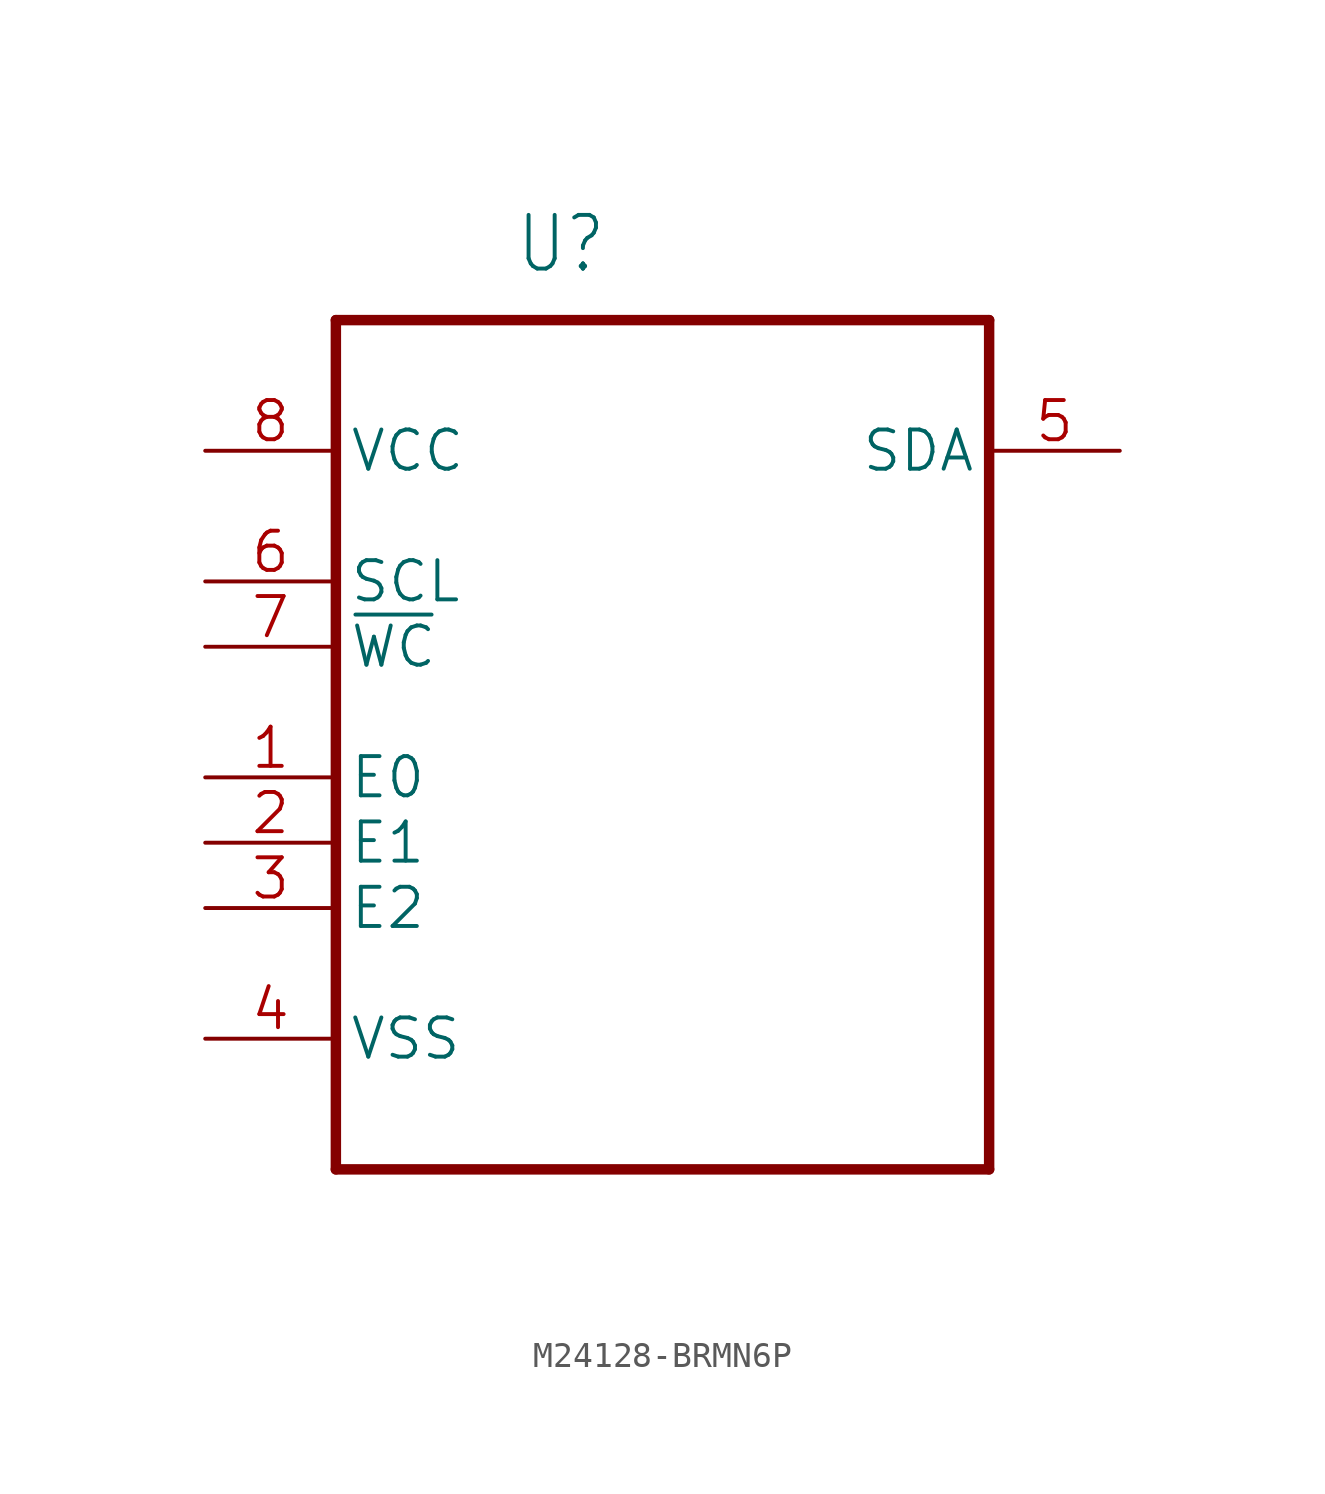
<source format=kicad_sym>
(kicad_symbol_lib
  (version 20241209)
  (generator "kicad_symbol_editor")
  (generator_version "9.0")
  (symbol "M24128-BRMN6P"
    (property "Reference" "U"
      (at -5.73 14.44 0)
      (effects (font (size 2.088 1.775)) (justify left bottom)))
    (property "Value" ""
      (at -3.512 -22.599 0)
      (effects (font (size 2.087 1.774)) (justify left bottom)))
    (property "ki_locked" ""
      (at 0 0 0)
      (effects (font (size 1.27 1.27))))
    (symbol "M24128-BRMN6P_1_0"
      (polyline (pts (xy -12.7 12.7) (xy -12.7 -20.32)) (stroke (width 0.406) (type solid)) (fill (type none)))
      (polyline (pts (xy -12.7 -20.32) (xy 12.7 -20.32)) (stroke (width 0.406) (type solid)) (fill (type none)))
      (polyline (pts (xy 12.7 12.7) (xy -12.7 12.7)) (stroke (width 0.406) (type solid)) (fill (type none)))
      (polyline (pts (xy 12.7 -20.32) (xy 12.7 12.7)) (stroke (width 0.406) (type solid)) (fill (type none)))
      (pin power_in line (at -17.78 7.62 0) (length 5.08) (name "VCC" (effects (font (size 1.524 1.524)))) (number "8" (effects (font (size 1.524 1.524)))))
      (pin input line (at -17.78 2.54 0) (length 5.08) (name "SCL" (effects (font (size 1.524 1.524)))) (number "6" (effects (font (size 1.524 1.524)))))
      (pin input line (at -17.78 0 0) (length 5.08) (name "~{WC}" (effects (font (size 1.524 1.524)))) (number "7" (effects (font (size 1.524 1.524)))))
      (pin input line (at -17.78 -5.08 0) (length 5.08) (name "E0" (effects (font (size 1.524 1.524)))) (number "1" (effects (font (size 1.524 1.524)))))
      (pin input line (at -17.78 -7.62 0) (length 5.08) (name "E1" (effects (font (size 1.524 1.524)))) (number "2" (effects (font (size 1.524 1.524)))))
      (pin input line (at -17.78 -10.16 0) (length 5.08) (name "E2" (effects (font (size 1.524 1.524)))) (number "3" (effects (font (size 1.524 1.524)))))
      (pin passive line (at -17.78 -15.24 0) (length 5.08) (name "VSS" (effects (font (size 1.524 1.524)))) (number "4" (effects (font (size 1.524 1.524)))))
      (pin bidirectional line (at 17.78 7.62 180) (length 5.08) (name "SDA" (effects (font (size 1.524 1.524)))) (number "5" (effects (font (size 1.524 1.524))))))))
</source>
